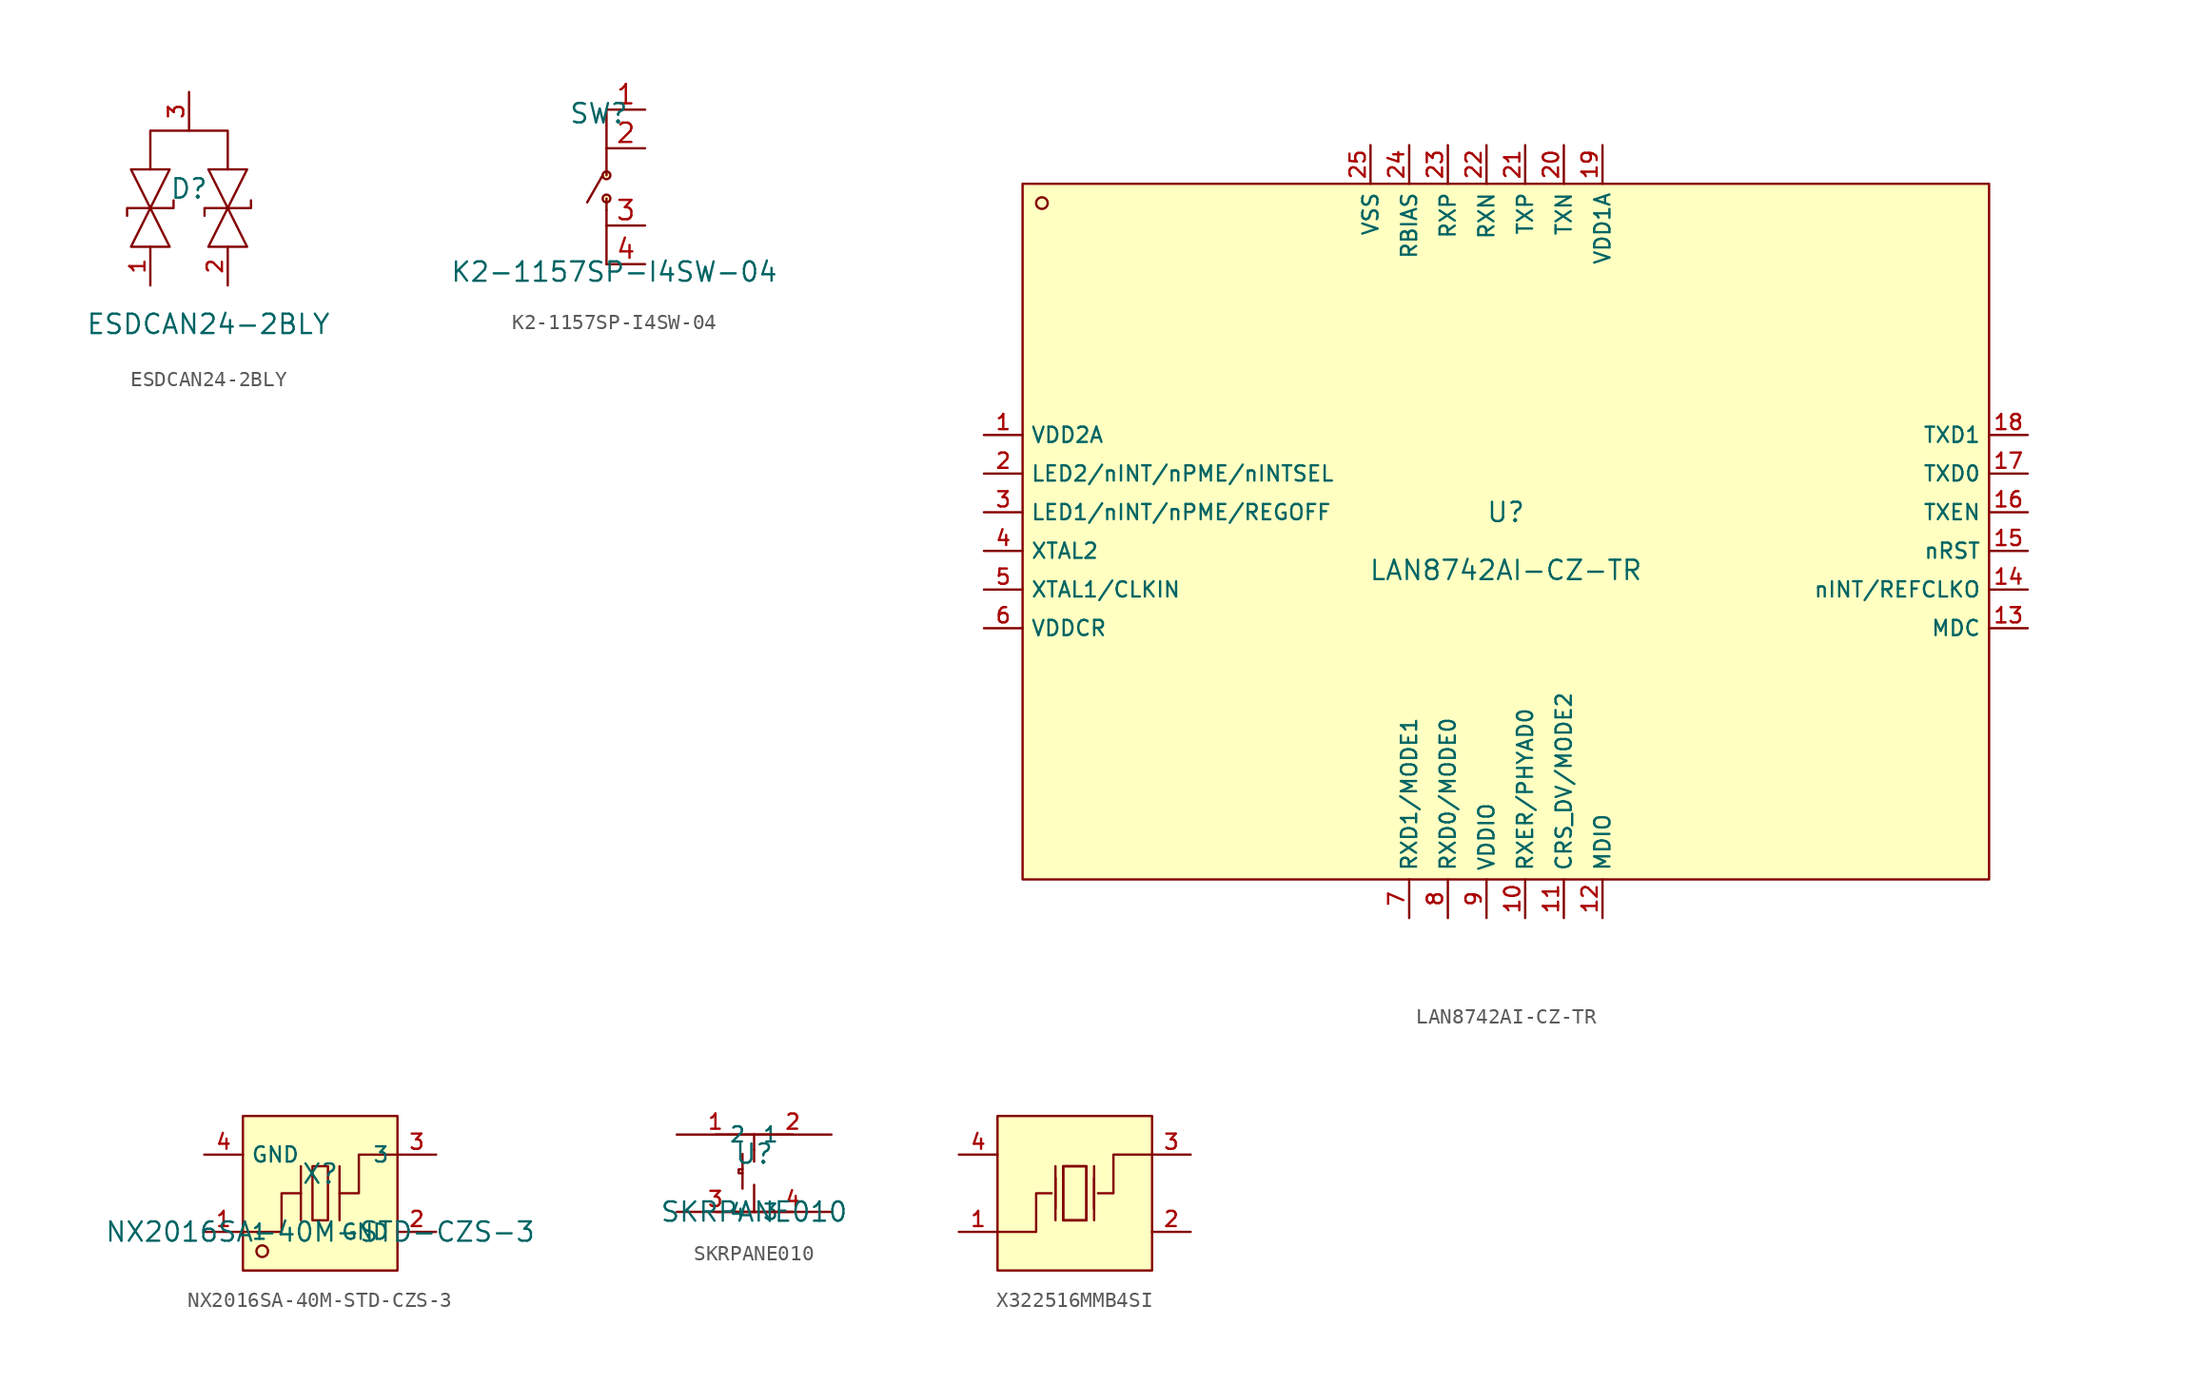
<source format=kicad_sym>
(kicad_symbol_lib
  (version 20241209)
  (generator "kicad_symbol_editor")
  (generator_version "9.0")
  (symbol "ESDCAN24-2BLY"
    (property "Reference" "D"
      (at 0 1.27 0)
      (effects (font (size 1.27 1.27))))
    (property "Value" "ESDCAN24-2BLY"
      (at 1.27 -7.62 0)
      (effects (font (size 1.27 1.27))))
    (symbol "ESDCAN24-2BLY_0_1"
      (polyline (pts (xy -4.064 -0.508) (xy -4.064 -0.508) (xy -4.064 0) (xy -1.016 0) (xy -1.016 0.508) (xy -1.016 0.508)) (stroke (width 0) (type default)) (fill (type none)))
      (polyline (pts (xy -2.54 2.54) (xy -2.54 5.08) (xy 2.54 5.08) (xy 2.54 2.54)) (stroke (width 0) (type default)) (fill (type none)))
      (polyline (pts (xy 1.016 -0.508) (xy 1.016 -0.508) (xy 1.016 0) (xy 4.064 0) (xy 4.064 0.508) (xy 4.064 0.508)) (stroke (width 0) (type default)) (fill (type none))))
    (symbol "ESDCAN24-2BLY_1_1"
      (polyline (pts (xy -3.81 2.54) (xy -2.54 0) (xy -1.27 2.54) (xy -3.81 2.54)) (stroke (width 0) (type solid)) (fill (type none)))
      (polyline (pts (xy -3.81 -2.54) (xy -2.54 0) (xy -1.27 -2.54) (xy -3.81 -2.54)) (stroke (width 0) (type solid)) (fill (type none)))
      (polyline (pts (xy 1.27 2.54) (xy 2.54 0) (xy 3.81 2.54) (xy 1.27 2.54)) (stroke (width 0) (type solid)) (fill (type none)))
      (polyline (pts (xy 1.27 -2.54) (xy 2.54 0) (xy 3.81 -2.54) (xy 1.27 -2.54)) (stroke (width 0) (type solid)) (fill (type none)))
      (pin input line (at -2.54 -5.08 90) (length 2.54) (name "" (effects (font (size 1 1)))) (number "1" (effects (font (size 1 1)))))
      (pin power_in line (at 0 7.62 270) (length 2.54) (name "" (effects (font (size 1 1)))) (number "3" (effects (font (size 1 1)))))
      (pin input line (at 2.54 -5.08 90) (length 2.54) (name "" (effects (font (size 1 1)))) (number "2" (effects (font (size 1 1)))))))
  (symbol "K2-1157SP-I4SW-04"
    (property "Reference" "SW"
      (at -0.508 4.826 0)
      (effects (font (size 1.27 1.27))))
    (property "Value" "K2-1157SP-I4SW-04"
      (at 0.508 -5.588 0)
      (effects (font (size 1.27 1.27))))
    (symbol "K2-1157SP-I4SW-04_0_1"
      (polyline (pts (xy -1.27 -1.016) (xy -0.254 0.762)) (stroke (width 0) (type default)) (fill (type none)))
      (polyline (pts (xy 0 5.08) (xy 0 2.54)) (stroke (width 0) (type default)) (fill (type none)))
      (polyline (pts (xy 0 2.54) (xy 0 0.762)) (stroke (width 0) (type default)) (fill (type none)))
      (circle (center 0 0.762) (radius 0.254) (stroke (width 0) (type default)) (fill (type background)))
      (circle (center 0 -0.762) (radius 0.254) (stroke (width 0) (type default)) (fill (type background)))
      (polyline (pts (xy 0 -1.524) (xy 0 -0.762)) (stroke (width 0) (type default)) (fill (type none)))
      (polyline (pts (xy 0 -2.54) (xy 0 -1.524)) (stroke (width 0) (type default)) (fill (type none)))
      (polyline (pts (xy 0 -5.08) (xy 0 -2.54)) (stroke (width 0) (type default)) (fill (type none))))
    (symbol "K2-1157SP-I4SW-04_1_1"
      (pin input line (at 2.54 5.08 180) (length 2.54) (name "" (effects (font (size 1.27 1.27)))) (number "1" (effects (font (size 1.27 1.27)))))
      (pin input line (at 2.54 2.54 180) (length 2.54) (name "" (effects (font (size 1.27 1.27)))) (number "2" (effects (font (size 1.27 1.27)))))
      (pin power_in line (at 2.54 -2.54 180) (length 2.54) (name "" (effects (font (size 1.27 1.27)))) (number "3" (effects (font (size 1.27 1.27)))))
      (pin power_in line (at 2.54 -5.08 180) (length 2.54) (name "" (effects (font (size 1.27 1.27)))) (number "4" (effects (font (size 1.27 1.27)))))))
  (symbol "LAN8742AI-CZ-TR"
    (property "Reference" "U"
      (at 0 1.27 0)
      (effects (font (size 1.27 1.27))))
    (property "Value" "LAN8742AI-CZ-TR"
      (at 0 -2.54 0)
      (effects (font (size 1.27 1.27))))
    (symbol "LAN8742AI-CZ-TR_0_1"
      (rectangle (start -31.75 22.86) (end 31.75 -22.86) (stroke (width 0) (type default)) (fill (type background)))
      (circle (center -30.48 21.59) (radius 0.381) (stroke (width 0) (type default)) (fill (type background)))
      (pin unspecified line (at -34.29 6.35 0) (length 2.54) (name "VDD2A" (effects (font (size 1 1)))) (number "1" (effects (font (size 1 1)))))
      (pin unspecified line (at -34.29 3.81 0) (length 2.54) (name "LED2/nINT/nPME/nINTSEL" (effects (font (size 1 1)))) (number "2" (effects (font (size 1 1)))))
      (pin unspecified line (at -34.29 1.27 0) (length 2.54) (name "LED1/nINT/nPME/REGOFF" (effects (font (size 1 1)))) (number "3" (effects (font (size 1 1)))))
      (pin unspecified line (at -34.29 -1.27 0) (length 2.54) (name "XTAL2" (effects (font (size 1 1)))) (number "4" (effects (font (size 1 1)))))
      (pin unspecified line (at -34.29 -3.81 0) (length 2.54) (name "XTAL1/CLKIN" (effects (font (size 1 1)))) (number "5" (effects (font (size 1 1)))))
      (pin unspecified line (at -34.29 -6.35 0) (length 2.54) (name "VDDCR" (effects (font (size 1 1)))) (number "6" (effects (font (size 1 1)))))
      (pin unspecified line (at -8.89 25.4 270) (length 2.54) (name "VSS" (effects (font (size 1 1)))) (number "25" (effects (font (size 1 1)))))
      (pin unspecified line (at -6.35 25.4 270) (length 2.54) (name "RBIAS" (effects (font (size 1 1)))) (number "24" (effects (font (size 1 1)))))
      (pin unspecified line (at -6.35 -25.4 90) (length 2.54) (name "RXD1/MODE1" (effects (font (size 1 1)))) (number "7" (effects (font (size 1 1)))))
      (pin unspecified line (at -3.81 25.4 270) (length 2.54) (name "RXP" (effects (font (size 1 1)))) (number "23" (effects (font (size 1 1)))))
      (pin unspecified line (at -3.81 -25.4 90) (length 2.54) (name "RXD0/MODE0" (effects (font (size 1 1)))) (number "8" (effects (font (size 1 1)))))
      (pin unspecified line (at -1.27 25.4 270) (length 2.54) (name "RXN" (effects (font (size 1 1)))) (number "22" (effects (font (size 1 1)))))
      (pin unspecified line (at -1.27 -25.4 90) (length 2.54) (name "VDDIO" (effects (font (size 1 1)))) (number "9" (effects (font (size 1 1)))))
      (pin unspecified line (at 1.27 25.4 270) (length 2.54) (name "TXP" (effects (font (size 1 1)))) (number "21" (effects (font (size 1 1)))))
      (pin unspecified line (at 1.27 -25.4 90) (length 2.54) (name "RXER/PHYAD0" (effects (font (size 1 1)))) (number "10" (effects (font (size 1 1)))))
      (pin unspecified line (at 3.81 25.4 270) (length 2.54) (name "TXN" (effects (font (size 1 1)))) (number "20" (effects (font (size 1 1)))))
      (pin unspecified line (at 3.81 -25.4 90) (length 2.54) (name "CRS_DV/MODE2" (effects (font (size 1 1)))) (number "11" (effects (font (size 1 1)))))
      (pin unspecified line (at 6.35 25.4 270) (length 2.54) (name "VDD1A" (effects (font (size 1 1)))) (number "19" (effects (font (size 1 1)))))
      (pin unspecified line (at 6.35 -25.4 90) (length 2.54) (name "MDIO" (effects (font (size 1 1)))) (number "12" (effects (font (size 1 1)))))
      (pin unspecified line (at 34.29 6.35 180) (length 2.54) (name "TXD1" (effects (font (size 1 1)))) (number "18" (effects (font (size 1 1)))))
      (pin unspecified line (at 34.29 3.81 180) (length 2.54) (name "TXD0" (effects (font (size 1 1)))) (number "17" (effects (font (size 1 1)))))
      (pin unspecified line (at 34.29 1.27 180) (length 2.54) (name "TXEN" (effects (font (size 1 1)))) (number "16" (effects (font (size 1 1)))))
      (pin unspecified line (at 34.29 -1.27 180) (length 2.54) (name "nRST" (effects (font (size 1 1)))) (number "15" (effects (font (size 1 1)))))
      (pin unspecified line (at 34.29 -3.81 180) (length 2.54) (name "nINT/REFCLKO" (effects (font (size 1 1)))) (number "14" (effects (font (size 1 1)))))
      (pin unspecified line (at 34.29 -6.35 180) (length 2.54) (name "MDC" (effects (font (size 1 1)))) (number "13" (effects (font (size 1 1)))))))
  (symbol "NX2016SA-40M-STD-CZS-3"
    (property "Reference" "X"
      (at 0 1.27 0)
      (effects (font (size 1.27 1.27))))
    (property "Value" "NX2016SA-40M-STD-CZS-3"
      (at 0 -2.54 0)
      (effects (font (size 1.27 1.27))))
    (symbol "NX2016SA-40M-STD-CZS-3_0_1"
      (rectangle (start -5.08 5.08) (end 5.08 -5.08) (stroke (width 0) (type default)) (fill (type background)))
      (polyline (pts (xy -5.08 -2.54) (xy -2.54 -2.54) (xy -2.54 0) (xy -1.27 0)) (stroke (width 0) (type default)) (fill (type none)))
      (circle (center -3.81 -3.81) (radius 0.381) (stroke (width 0) (type default)) (fill (type background)))
      (polyline (pts (xy -1.27 -1.778) (xy -1.27 1.778)) (stroke (width 0) (type default)) (fill (type none)))
      (rectangle (start -0.508 1.778) (end 0.508 -1.778) (stroke (width 0) (type default)) (fill (type background)))
      (polyline (pts (xy 1.27 -1.778) (xy 1.27 1.778)) (stroke (width 0) (type default)) (fill (type none)))
      (polyline (pts (xy 5.08 2.54) (xy 2.54 2.54) (xy 2.54 0) (xy 1.27 0)) (stroke (width 0) (type default)) (fill (type none)))
      (pin input line (at -7.62 2.54 0) (length 2.54) (name "GND" (effects (font (size 1 1)))) (number "4" (effects (font (size 1 1)))))
      (pin input line (at -7.62 -2.54 0) (length 2.54) (name "1" (effects (font (size 1 1)))) (number "1" (effects (font (size 1 1)))))
      (pin input line (at 7.62 2.54 180) (length 2.54) (name "3" (effects (font (size 1 1)))) (number "3" (effects (font (size 1 1)))))
      (pin input line (at 7.62 -2.54 180) (length 2.54) (name "GND" (effects (font (size 1 1)))) (number "2" (effects (font (size 1 1)))))))
  (symbol "SKRPANE010"
    (property "Reference" "U"
      (at 0 1.27 0)
      (effects (font (size 1.27 1.27))))
    (property "Value" "SKRPANE010"
      (at 0 -2.54 0)
      (effects (font (size 1.27 1.27))))
    (symbol "SKRPANE010_0_1"
      (polyline (pts (xy -2.54 2.54) (xy 2.54 2.54)) (stroke (width 0) (type default) (color 0 0 0 0)) (fill (type none)))
      (polyline (pts (xy -2.54 -2.54) (xy 2.54 -2.54)) (stroke (width 0) (type default) (color 0 0 0 0)) (fill (type none)))
      (polyline (pts (xy 0.0 2.54) (xy 0.0 1.524)) (stroke (width 0) (type default) (color 0 0 0 0)) (fill (type none)))
      (polyline (pts (xy 0.0 -2.54) (xy 0.0 -0.762)) (stroke (width 0) (type default) (color 0 0 0 0)) (fill (type none)))
      (polyline (pts (xy 0.0 1.524) (xy 0.0 0.762)) (stroke (width 0) (type default) (color 0 0 0 0)) (fill (type none)))
      (polyline (pts (xy -0.762 1.27) (xy -0.762 -1.016)) (stroke (width 0) (type default) (color 0 0 0 0)) (fill (type none)))
      (polyline (pts (xy -0.762 0.254) (xy -1.016 0.254) (xy -1.016 -0.0) (xy -0.762 -0.0)) (stroke (width 0) (type default) (color 0 0 0 0)) (fill (type none)))
      (pin unspecified line (at -5.08 2.54 0) (length 5.08) (name "1" (effects (font (size 1 1)))) (number "1" (effects (font (size 1 1)))))
      (pin unspecified line (at 5.08 2.54 180) (length 5.08) (name "2" (effects (font (size 1 1)))) (number "2" (effects (font (size 1 1)))))
      (pin unspecified line (at -5.08 -2.54 0) (length 5.08) (name "3" (effects (font (size 1 1)))) (number "3" (effects (font (size 1 1)))))
      (pin unspecified line (at 5.08 -2.54 180) (length 5.08) (name "4" (effects (font (size 1 1)))) (number "4" (effects (font (size 1 1)))))))
  (symbol "X322516MMB4SI"
    (property "Reference" "X"
      (at 0 1.27 0)
      (effects (font (size 1.27 1.27)) (hide yes)))
    (symbol "X322516MMB4SI_0_1"
      (rectangle (start -5.08 5.08) (end 5.08 -5.08) (stroke (width 0) (type default)) (fill (type background)))
      (polyline (pts (xy -5.08 -2.54) (xy -2.54 -2.54) (xy -2.54 0) (xy -1.524 0)) (stroke (width 0) (type default)) (fill (type none)))
      (polyline (pts (xy -1.27 -1.016) (xy -1.27 1.016)) (stroke (width 0) (type default)) (fill (type none)))
      (polyline (pts (xy -1.27 -1.778) (xy -1.27 1.778)) (stroke (width 0) (type default)) (fill (type none)))
      (polyline (pts (xy -0.762 -1.778) (xy -0.762 1.778) (xy 0.762 1.778) (xy 0.762 -1.778)) (stroke (width 0) (type default)) (fill (type none)))
      (polyline (pts (xy 0.762 1.778) (xy 0.762 -1.778) (xy -0.762 -1.778) (xy -0.762 1.778) (xy 0.762 1.778)) (stroke (width 0) (type default)) (fill (type none)))
      (polyline (pts (xy 0.762 -1.778) (xy -0.762 -1.778)) (stroke (width 0) (type default)) (fill (type none)))
      (polyline (pts (xy 1.27 -1.016) (xy 1.27 1.016)) (stroke (width 0) (type default)) (fill (type none)))
      (polyline (pts (xy 1.27 -1.778) (xy 1.27 1.778)) (stroke (width 0) (type default)) (fill (type none)))
      (polyline (pts (xy 5.08 2.54) (xy 2.54 2.54) (xy 2.54 0) (xy 1.524 0)) (stroke (width 0) (type default)) (fill (type none))))
    (symbol "X322516MMB4SI_1_1"
      (pin power_in line (at -7.62 2.54 0) (length 2.54) (name "" (effects (font (size 1 1)))) (number "4" (effects (font (size 1 1)))))
      (pin bidirectional line (at -7.62 -2.54 0) (length 2.54) (name "" (effects (font (size 1 1)))) (number "1" (effects (font (size 1 1)))))
      (pin bidirectional line (at 7.62 2.54 180) (length 2.54) (name "" (effects (font (size 1 1)))) (number "3" (effects (font (size 1 1)))))
      (pin power_in line (at 7.62 -2.54 180) (length 2.54) (name "" (effects (font (size 1 1)))) (number "2" (effects (font (size 1 1))))))))
</source>
